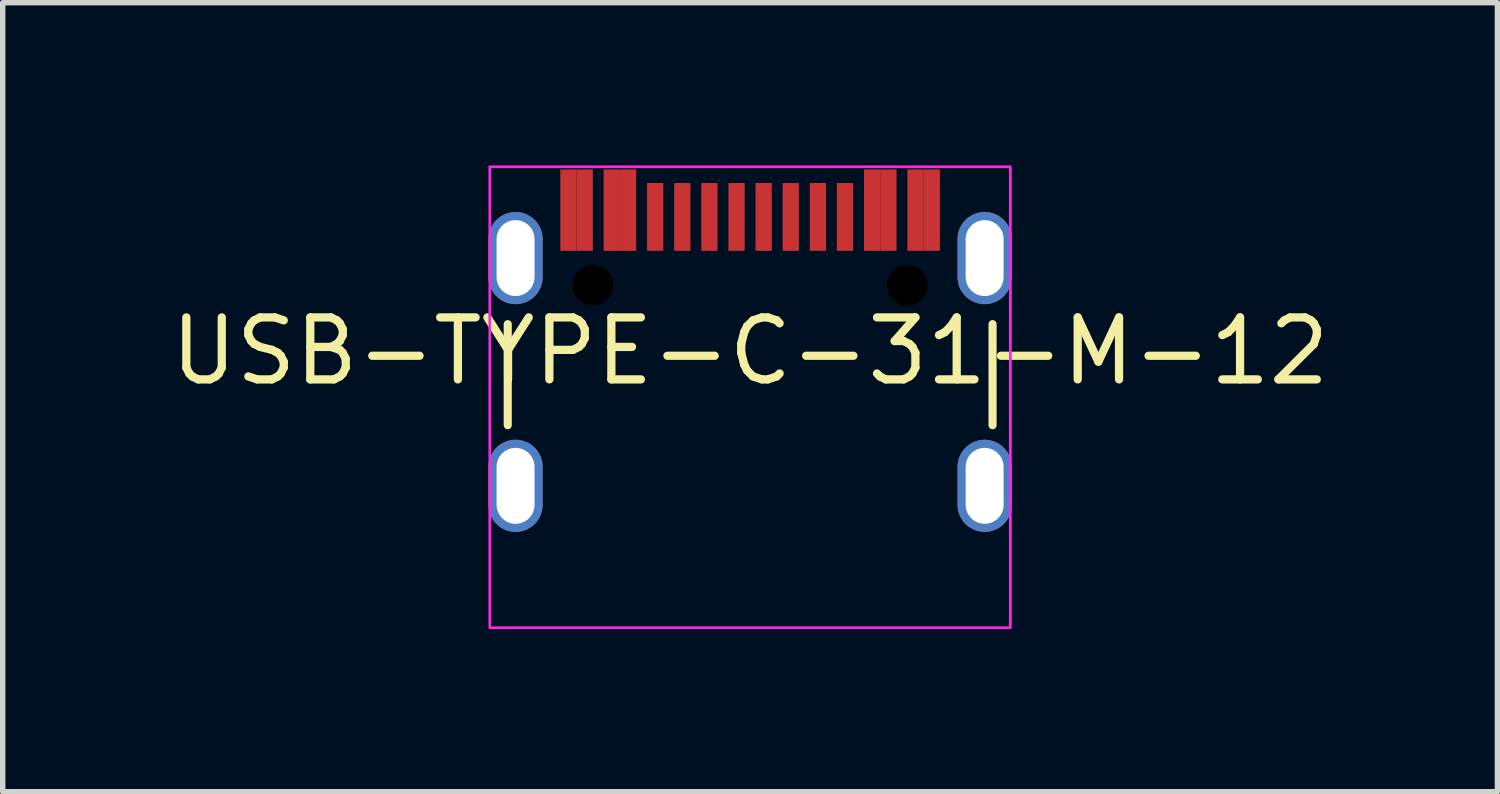
<source format=kicad_pcb>
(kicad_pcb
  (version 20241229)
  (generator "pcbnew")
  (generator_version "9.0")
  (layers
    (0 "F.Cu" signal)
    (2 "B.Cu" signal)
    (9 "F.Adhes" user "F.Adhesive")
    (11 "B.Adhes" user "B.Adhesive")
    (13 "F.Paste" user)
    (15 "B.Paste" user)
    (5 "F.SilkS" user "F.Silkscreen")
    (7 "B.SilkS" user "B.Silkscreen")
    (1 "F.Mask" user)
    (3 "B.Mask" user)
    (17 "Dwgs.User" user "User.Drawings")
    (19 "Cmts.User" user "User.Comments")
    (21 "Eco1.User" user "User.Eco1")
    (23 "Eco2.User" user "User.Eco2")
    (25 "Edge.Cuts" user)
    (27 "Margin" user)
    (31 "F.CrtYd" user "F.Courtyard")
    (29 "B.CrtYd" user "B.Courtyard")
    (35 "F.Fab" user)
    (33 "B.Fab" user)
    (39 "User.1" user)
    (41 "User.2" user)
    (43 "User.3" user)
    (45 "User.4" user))
  (footprint "USB-TYPE-C-31-M-12"
    (layer "F.Cu")
    (at 10.782 3.425)
    (property "Reference" "USB-TYPE-C-31-M-12" (at 0 0 0) (layer "F.SilkS") (effects (font (size 1.143 1.143) (thickness 0.152))))
    (attr smd)
    (fp_line (start -4.469 1.366) (end -4.469 -0.497) (stroke (width 0.15) (type solid)) (layer "F.SilkS"))
    (fp_line (start 4.471 1.366) (end 4.471 -0.498) (stroke (width 0.15) (type solid)) (layer "F.SilkS"))
    (fp_rect (start -4.8 -3.4) (end 4.8 5.1) (stroke (width 0.05) (type default)) (fill no) (layer "F.CrtYd"))
    (pad "" np_thru_hole circle (at -2.9 -1.216) (size 0.75 0.75) (drill 0.75) (layers "*.Mask"))
    (pad "" np_thru_hole circle (at 2.9 -1.216) (size 0.75 0.75) (drill 0.75) (layers "*.Mask"))
    (pad "A1" smd rect (at -3.35 -2.6) (size 0.3 1.5) (layers "F.Cu" "F.Mask" "F.Paste"))
    (pad "A4" smd rect (at -2.55 -2.6) (size 0.3 1.5) (layers "F.Cu" "F.Mask" "F.Paste"))
    (pad "A5" smd rect (at -1.25 -2.475) (size 0.3 1.25) (layers "F.Cu" "F.Mask" "F.Paste"))
    (pad "A6" smd rect (at -0.25 -2.475) (size 0.3 1.25) (layers "F.Cu" "F.Mask" "F.Paste"))
    (pad "A7" smd rect (at 0.25 -2.475) (size 0.3 1.25) (layers "F.Cu" "F.Mask" "F.Paste"))
    (pad "A8" smd rect (at 1.25 -2.475) (size 0.3 1.25) (layers "F.Cu" "F.Mask" "F.Paste"))
    (pad "A9" smd rect (at 2.55 -2.6) (size 0.3 1.5) (layers "F.Cu" "F.Mask" "F.Paste"))
    (pad "A12" smd rect (at 3.35 -2.6) (size 0.3 1.5) (layers "F.Cu" "F.Mask" "F.Paste"))
    (pad "B1" smd rect (at 3.05 -2.6) (size 0.3 1.5) (layers "F.Cu" "F.Mask" "F.Paste"))
    (pad "B4" smd rect (at 2.25 -2.6) (size 0.3 1.5) (layers "F.Cu" "F.Mask" "F.Paste"))
    (pad "B5" smd rect (at 1.75 -2.475) (size 0.3 1.25) (layers "F.Cu" "F.Mask" "F.Paste"))
    (pad "B6" smd rect (at 0.75 -2.475) (size 0.3 1.25) (layers "F.Cu" "F.Mask" "F.Paste"))
    (pad "B7" smd rect (at -0.75 -2.475) (size 0.3 1.25) (layers "F.Cu" "F.Mask" "F.Paste"))
    (pad "B8" smd rect (at -1.75 -2.475) (size 0.3 1.25) (layers "F.Cu" "F.Mask" "F.Paste"))
    (pad "B9" smd rect (at -2.25 -2.6) (size 0.3 1.5) (layers "F.Cu" "F.Mask" "F.Paste"))
    (pad "B12" smd rect (at -3.05 -2.6) (size 0.3 1.5) (layers "F.Cu" "F.Mask" "F.Paste"))
    (pad "S1" thru_hole oval (at -4.325 -1.716) (size 1 1.7) (drill oval 0.7 1.4) (layers "*.Cu" "*.Paste" "*.Mask"))
    (pad "S1" thru_hole oval (at -4.325 2.484) (size 1 1.7) (drill oval 0.7 1.4) (layers "*.Cu" "*.Paste" "*.Mask"))
    (pad "S1" thru_hole oval (at 4.325 -1.716) (size 1 1.7) (drill oval 0.7 1.4) (layers "*.Cu" "*.Paste" "*.Mask"))
    (pad "S1" thru_hole oval (at 4.325 2.484) (size 1 1.7) (drill oval 0.7 1.4) (layers "*.Cu" "*.Paste" "*.Mask")))
  (gr_rect
    (start -3 -3)
    (end 24.563 11.55)
    (stroke (width 0.1) (type default))
    (fill no)
    (layer "Edge.Cuts")))
</source>
